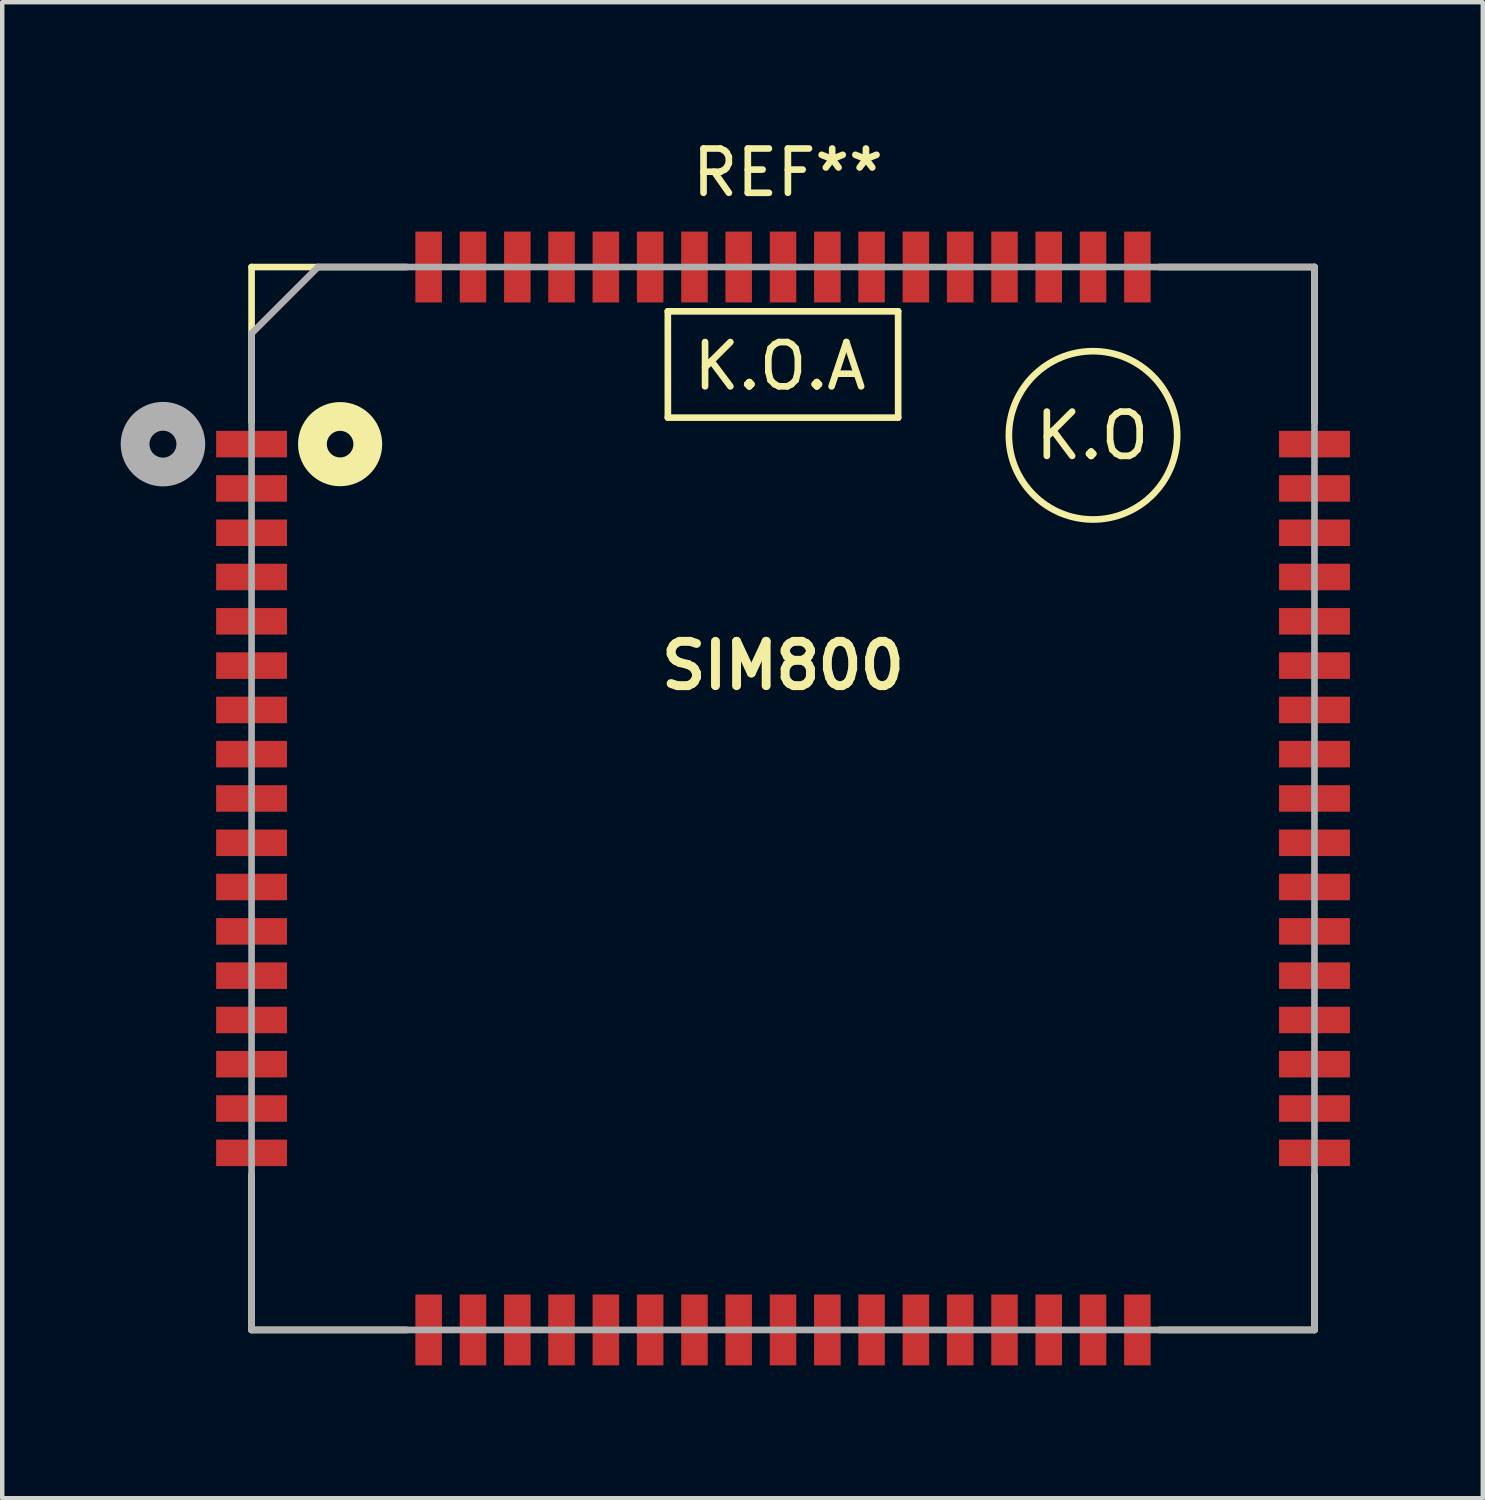
<source format=kicad_pcb>
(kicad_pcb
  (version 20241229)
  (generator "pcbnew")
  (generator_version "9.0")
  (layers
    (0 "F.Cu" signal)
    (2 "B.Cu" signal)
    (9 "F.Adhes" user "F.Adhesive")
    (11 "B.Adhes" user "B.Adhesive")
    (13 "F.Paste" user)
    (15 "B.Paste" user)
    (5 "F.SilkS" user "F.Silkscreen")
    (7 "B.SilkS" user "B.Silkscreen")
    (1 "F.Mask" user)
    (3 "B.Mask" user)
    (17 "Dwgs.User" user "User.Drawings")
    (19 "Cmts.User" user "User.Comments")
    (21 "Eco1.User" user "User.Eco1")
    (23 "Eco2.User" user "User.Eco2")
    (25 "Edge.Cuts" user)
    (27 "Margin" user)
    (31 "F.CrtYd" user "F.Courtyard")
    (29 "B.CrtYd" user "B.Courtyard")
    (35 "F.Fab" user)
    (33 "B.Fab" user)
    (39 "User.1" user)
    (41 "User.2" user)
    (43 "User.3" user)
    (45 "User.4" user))
  (footprint "SIM800"
    (layer "F.Cu")
    (at 14.629 14.978)
    (property "Reference" "SIM800" (at 0 -3 0) (layer "F.SilkS") (effects (font (size 1.001 1.001) (thickness 0.201))))
    (attr through_hole)
    (fp_line (start -11.999 -11.999) (end -11.999 -8.499) (stroke (width 0.15) (type solid)) (layer "F.SilkS"))
    (fp_line (start -11.999 8.499) (end -11.999 11.999) (stroke (width 0.15) (type solid)) (layer "F.SilkS"))
    (fp_line (start -11.999 11.999) (end -8.499 11.999) (stroke (width 0.15) (type solid)) (layer "F.SilkS"))
    (fp_line (start -8.499 -11.999) (end -11.999 -11.999) (stroke (width 0.15) (type solid)) (layer "F.SilkS"))
    (fp_line (start -2.601 -10.999) (end 2.599 -10.999) (stroke (width 0.15) (type solid)) (layer "F.SilkS"))
    (fp_line (start -2.6 -8.599) (end -2.601 -10.999) (stroke (width 0.15) (type solid)) (layer "F.SilkS"))
    (fp_line (start 2.599 -10.999) (end 2.599 -8.599) (stroke (width 0.15) (type solid)) (layer "F.SilkS"))
    (fp_line (start 2.599 -8.599) (end -2.601 -8.599) (stroke (width 0.15) (type solid)) (layer "F.SilkS"))
    (fp_line (start 8.499 -11.999) (end 11.999 -11.999) (stroke (width 0.15) (type solid)) (layer "F.SilkS"))
    (fp_line (start 8.499 11.999) (end 11.999 11.999) (stroke (width 0.15) (type solid)) (layer "F.SilkS"))
    (fp_line (start 11.999 -11.999) (end 11.999 -8.499) (stroke (width 0.15) (type solid)) (layer "F.SilkS"))
    (fp_line (start 11.999 8.499) (end 11.999 11.999) (stroke (width 0.15) (type solid)) (layer "F.SilkS"))
    (fp_circle (center -10 -8) (end -10 -7.7) (stroke (width 0.65) (type solid)) (fill no) (layer "F.SilkS"))
    (fp_circle (center 6.999 -8.199) (end 6.999 -6.299) (stroke (width 0.15) (type solid)) (fill no) (layer "F.SilkS"))
    (fp_line (start -11.999 -10.5) (end -10.5 -11.999) (stroke (width 0.15) (type solid)) (layer "F.Fab"))
    (fp_line (start -11.999 11.999) (end -11.999 -10.5) (stroke (width 0.15) (type solid)) (layer "F.Fab"))
    (fp_line (start -10.5 -11.999) (end 11.999 -11.999) (stroke (width 0.15) (type solid)) (layer "F.Fab"))
    (fp_line (start 11.99 11.999) (end -11.999 11.999) (stroke (width 0.15) (type solid)) (layer "F.Fab"))
    (fp_line (start 11.999 -11.999) (end 11.999 11.999) (stroke (width 0.15) (type solid)) (layer "F.Fab"))
    (fp_circle (center -14 -8) (end -14.05 -7.7) (stroke (width 0.65) (type solid)) (fill no) (layer "F.Fab"))
    (fp_text user "K.O" (at 6.98 -8.19 0) (layer "F.SilkS") (effects (font (size 1 1) (thickness 0.15))))
    (fp_text user "REF**" (at 0.11 -14.13 0) (layer "F.SilkS") (effects (font (size 1 1) (thickness 0.15))))
    (fp_text user "K.O.A" (at -0.07 -9.76 0) (layer "F.SilkS") (effects (font (size 1 1) (thickness 0.15))))
    (pad "1" smd rect (at -11.999 -8.001) (size 1.6 0.599) (layers "F.Cu" "F.Mask" "F.Paste"))
    (pad "2" smd rect (at -11.999 -7) (size 1.6 0.599) (layers "F.Cu" "F.Mask" "F.Paste"))
    (pad "3" smd rect (at -11.999 -5.999) (size 1.6 0.599) (layers "F.Cu" "F.Mask" "F.Paste"))
    (pad "4" smd rect (at -11.999 -5.001) (size 1.6 0.599) (layers "F.Cu" "F.Mask" "F.Paste"))
    (pad "5" smd rect (at -11.999 -4) (size 1.6 0.599) (layers "F.Cu" "F.Mask" "F.Paste"))
    (pad "6" smd rect (at -11.999 -3) (size 1.6 0.599) (layers "F.Cu" "F.Mask" "F.Paste"))
    (pad "7" smd rect (at -11.999 -1.999) (size 1.6 0.599) (layers "F.Cu" "F.Mask" "F.Paste"))
    (pad "8" smd rect (at -11.999 -1.001) (size 1.6 0.599) (layers "F.Cu" "F.Mask" "F.Paste"))
    (pad "9" smd rect (at -11.999 0) (size 1.6 0.599) (layers "F.Cu" "F.Mask" "F.Paste"))
    (pad "10" smd rect (at -11.999 1.001) (size 1.6 0.599) (layers "F.Cu" "F.Mask" "F.Paste"))
    (pad "11" smd rect (at -11.999 1.999) (size 1.6 0.599) (layers "F.Cu" "F.Mask" "F.Paste"))
    (pad "12" smd rect (at -11.999 3) (size 1.6 0.599) (layers "F.Cu" "F.Mask" "F.Paste"))
    (pad "13" smd rect (at -11.999 4) (size 1.6 0.599) (layers "F.Cu" "F.Mask" "F.Paste"))
    (pad "14" smd rect (at -11.999 5.001) (size 1.6 0.599) (layers "F.Cu" "F.Mask" "F.Paste"))
    (pad "15" smd rect (at -11.999 5.999) (size 1.6 0.599) (layers "F.Cu" "F.Mask" "F.Paste"))
    (pad "16" smd rect (at -11.999 7) (size 1.6 0.599) (layers "F.Cu" "F.Mask" "F.Paste"))
    (pad "17" smd rect (at -11.999 8.001) (size 1.6 0.599) (layers "F.Cu" "F.Mask" "F.Paste"))
    (pad "18" smd rect (at -8.001 11.999) (size 0.599 1.6) (layers "F.Cu" "F.Mask" "F.Paste"))
    (pad "19" smd rect (at -7 11.999) (size 0.599 1.6) (layers "F.Cu" "F.Mask" "F.Paste"))
    (pad "20" smd rect (at -5.999 11.999) (size 0.599 1.6) (layers "F.Cu" "F.Mask" "F.Paste"))
    (pad "21" smd rect (at -5.001 11.999) (size 0.599 1.6) (layers "F.Cu" "F.Mask" "F.Paste"))
    (pad "22" smd rect (at -4 11.999) (size 0.599 1.6) (layers "F.Cu" "F.Mask" "F.Paste"))
    (pad "23" smd rect (at -3 11.999) (size 0.599 1.6) (layers "F.Cu" "F.Mask" "F.Paste"))
    (pad "24" smd rect (at -1.999 11.999) (size 0.599 1.6) (layers "F.Cu" "F.Mask" "F.Paste"))
    (pad "25" smd rect (at -1.001 11.999) (size 0.599 1.6) (layers "F.Cu" "F.Mask" "F.Paste"))
    (pad "26" smd rect (at 0 11.999) (size 0.599 1.6) (layers "F.Cu" "F.Mask" "F.Paste"))
    (pad "27" smd rect (at 1.001 11.999) (size 0.599 1.6) (layers "F.Cu" "F.Mask" "F.Paste"))
    (pad "28" smd rect (at 1.999 11.999) (size 0.599 1.6) (layers "F.Cu" "F.Mask" "F.Paste"))
    (pad "29" smd rect (at 3 11.999) (size 0.599 1.6) (layers "F.Cu" "F.Mask" "F.Paste"))
    (pad "30" smd rect (at 4 11.999) (size 0.599 1.6) (layers "F.Cu" "F.Mask" "F.Paste"))
    (pad "31" smd rect (at 5.001 11.999) (size 0.599 1.6) (layers "F.Cu" "F.Mask" "F.Paste"))
    (pad "32" smd rect (at 5.999 11.999) (size 0.599 1.6) (layers "F.Cu" "F.Mask" "F.Paste"))
    (pad "33" smd rect (at 7 11.999) (size 0.599 1.6) (layers "F.Cu" "F.Mask" "F.Paste"))
    (pad "34" smd rect (at 8.001 11.999) (size 0.599 1.6) (layers "F.Cu" "F.Mask" "F.Paste"))
    (pad "35" smd rect (at 11.999 8.001) (size 1.6 0.599) (layers "F.Cu" "F.Mask" "F.Paste"))
    (pad "36" smd rect (at 11.999 7) (size 1.6 0.599) (layers "F.Cu" "F.Mask" "F.Paste"))
    (pad "37" smd rect (at 11.999 5.999) (size 1.6 0.599) (layers "F.Cu" "F.Mask" "F.Paste"))
    (pad "38" smd rect (at 11.999 5.001) (size 1.6 0.599) (layers "F.Cu" "F.Mask" "F.Paste"))
    (pad "39" smd rect (at 11.999 4) (size 1.6 0.599) (layers "F.Cu" "F.Mask" "F.Paste"))
    (pad "40" smd rect (at 11.999 3) (size 1.6 0.599) (layers "F.Cu" "F.Mask" "F.Paste"))
    (pad "41" smd rect (at 11.999 1.999) (size 1.6 0.599) (layers "F.Cu" "F.Mask" "F.Paste"))
    (pad "42" smd rect (at 11.999 1.001) (size 1.6 0.599) (layers "F.Cu" "F.Mask" "F.Paste"))
    (pad "43" smd rect (at 11.999 0) (size 1.6 0.599) (layers "F.Cu" "F.Mask" "F.Paste"))
    (pad "44" smd rect (at 11.999 -1.001) (size 1.6 0.599) (layers "F.Cu" "F.Mask" "F.Paste"))
    (pad "45" smd rect (at 11.999 -1.999) (size 1.6 0.599) (layers "F.Cu" "F.Mask" "F.Paste"))
    (pad "46" smd rect (at 11.999 -3) (size 1.6 0.599) (layers "F.Cu" "F.Mask" "F.Paste"))
    (pad "47" smd rect (at 11.999 -4) (size 1.6 0.599) (layers "F.Cu" "F.Mask" "F.Paste"))
    (pad "48" smd rect (at 11.999 -5.001) (size 1.6 0.599) (layers "F.Cu" "F.Mask" "F.Paste"))
    (pad "49" smd rect (at 11.999 -5.999) (size 1.6 0.599) (layers "F.Cu" "F.Mask" "F.Paste"))
    (pad "50" smd rect (at 11.999 -7) (size 1.6 0.599) (layers "F.Cu" "F.Mask" "F.Paste"))
    (pad "51" smd rect (at 11.999 -8.001) (size 1.6 0.599) (layers "F.Cu" "F.Mask" "F.Paste"))
    (pad "52" smd rect (at 8.001 -11.999) (size 0.599 1.6) (layers "F.Cu" "F.Mask" "F.Paste"))
    (pad "53" smd rect (at 7 -11.999) (size 0.599 1.6) (layers "F.Cu" "F.Mask" "F.Paste"))
    (pad "54" smd rect (at 5.999 -11.999) (size 0.599 1.6) (layers "F.Cu" "F.Mask" "F.Paste"))
    (pad "55" smd rect (at 5.001 -11.999) (size 0.599 1.6) (layers "F.Cu" "F.Mask" "F.Paste"))
    (pad "56" smd rect (at 4 -11.999) (size 0.599 1.6) (layers "F.Cu" "F.Mask" "F.Paste"))
    (pad "57" smd rect (at 3 -11.999) (size 0.599 1.6) (layers "F.Cu" "F.Mask" "F.Paste"))
    (pad "58" smd rect (at 1.999 -11.999) (size 0.599 1.6) (layers "F.Cu" "F.Mask" "F.Paste"))
    (pad "59" smd rect (at 1.001 -11.999) (size 0.599 1.6) (layers "F.Cu" "F.Mask" "F.Paste"))
    (pad "60" smd rect (at 0 -11.999) (size 0.599 1.6) (layers "F.Cu" "F.Mask" "F.Paste"))
    (pad "61" smd rect (at -1.001 -11.999) (size 0.599 1.6) (layers "F.Cu" "F.Mask" "F.Paste"))
    (pad "62" smd rect (at -1.999 -11.999) (size 0.599 1.6) (layers "F.Cu" "F.Mask" "F.Paste"))
    (pad "63" smd rect (at -3 -11.999) (size 0.599 1.6) (layers "F.Cu" "F.Mask" "F.Paste"))
    (pad "64" smd rect (at -4 -11.999) (size 0.599 1.6) (layers "F.Cu" "F.Mask" "F.Paste"))
    (pad "65" smd rect (at -5.001 -11.999) (size 0.599 1.6) (layers "F.Cu" "F.Mask" "F.Paste"))
    (pad "66" smd rect (at -5.999 -11.999) (size 0.599 1.6) (layers "F.Cu" "F.Mask" "F.Paste"))
    (pad "67" smd rect (at -7 -11.999) (size 0.599 1.6) (layers "F.Cu" "F.Mask" "F.Paste"))
    (pad "68" smd rect (at -8.001 -11.999) (size 0.599 1.6) (layers "F.Cu" "F.Mask" "F.Paste")))
  (gr_rect
    (start -3 -3)
    (end 30.428 30.777)
    (stroke (width 0.1) (type default))
    (fill no)
    (layer "Edge.Cuts")))
</source>
